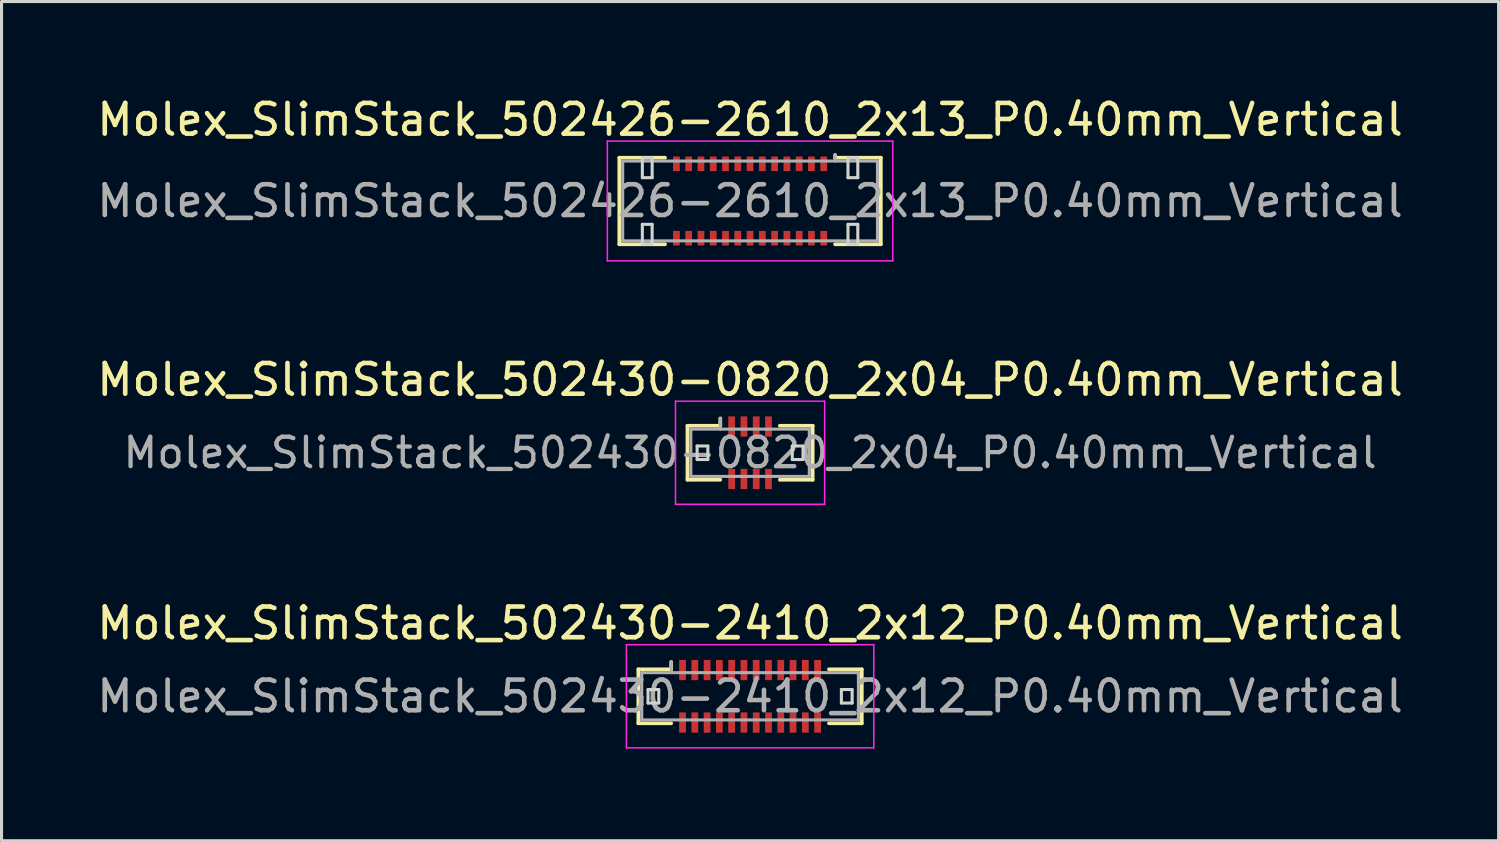
<source format=kicad_pcb>
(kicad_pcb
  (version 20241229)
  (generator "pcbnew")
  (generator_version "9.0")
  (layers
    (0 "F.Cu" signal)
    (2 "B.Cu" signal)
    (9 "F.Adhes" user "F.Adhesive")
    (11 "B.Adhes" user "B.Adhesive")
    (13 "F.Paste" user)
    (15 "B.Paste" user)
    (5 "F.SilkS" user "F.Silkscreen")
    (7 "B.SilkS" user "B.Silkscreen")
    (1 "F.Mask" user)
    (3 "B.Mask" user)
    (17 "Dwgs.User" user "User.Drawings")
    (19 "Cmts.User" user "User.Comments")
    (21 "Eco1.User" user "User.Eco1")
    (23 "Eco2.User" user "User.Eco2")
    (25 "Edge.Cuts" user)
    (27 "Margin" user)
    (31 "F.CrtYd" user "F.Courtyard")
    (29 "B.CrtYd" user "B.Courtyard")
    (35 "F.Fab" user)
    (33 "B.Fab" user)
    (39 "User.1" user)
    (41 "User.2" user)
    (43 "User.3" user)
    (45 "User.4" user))
  (footprint "Molex_SlimStack_502430-2410_2x12_P0.40mm_Vertical"
    (layer "F.Cu")
    (at 21.387 19.635)
    (property "Reference" "Molex_SlimStack_502430-2410_2x12_P0.40mm_Vertical" (at 0 -2.38 0) (layer "F.SilkS") (effects (font (size 1 1) (thickness 0.15))))
    (attr smd)
    (fp_line (start -3.64 -0.88) (end -2.57 -0.88) (stroke (width 0.12) (type solid)) (layer "F.SilkS"))
    (fp_line (start -3.64 0.88) (end -3.64 -0.88) (stroke (width 0.12) (type solid)) (layer "F.SilkS"))
    (fp_line (start -2.57 -0.88) (end -2.57 -1.12) (stroke (width 0.12) (type solid)) (layer "F.SilkS"))
    (fp_line (start -2.57 0.88) (end -3.64 0.88) (stroke (width 0.12) (type solid)) (layer "F.SilkS"))
    (fp_line (start 2.57 0.88) (end 3.64 0.88) (stroke (width 0.12) (type solid)) (layer "F.SilkS"))
    (fp_line (start 3.64 -0.88) (end 2.57 -0.88) (stroke (width 0.12) (type solid)) (layer "F.SilkS"))
    (fp_line (start 3.64 0.88) (end 3.64 -0.88) (stroke (width 0.12) (type solid)) (layer "F.SilkS"))
    (fp_line (start -3.325 -0.22) (end -3.325 0.22) (stroke (width 0.1) (type solid)) (layer "Edge.Cuts"))
    (fp_line (start -3.325 0.22) (end -2.975 0.22) (stroke (width 0.1) (type solid)) (layer "Edge.Cuts"))
    (fp_line (start -2.975 -0.22) (end -3.325 -0.22) (stroke (width 0.1) (type solid)) (layer "Edge.Cuts"))
    (fp_line (start -2.975 0.22) (end -2.975 -0.22) (stroke (width 0.1) (type solid)) (layer "Edge.Cuts"))
    (fp_line (start 2.975 -0.22) (end 2.975 0.22) (stroke (width 0.1) (type solid)) (layer "Edge.Cuts"))
    (fp_line (start 2.975 0.22) (end 3.325 0.22) (stroke (width 0.1) (type solid)) (layer "Edge.Cuts"))
    (fp_line (start 3.325 -0.22) (end 2.975 -0.22) (stroke (width 0.1) (type solid)) (layer "Edge.Cuts"))
    (fp_line (start 3.325 0.22) (end 3.325 -0.22) (stroke (width 0.1) (type solid)) (layer "Edge.Cuts"))
    (fp_line (start -4.03 -1.68) (end -4.03 1.68) (stroke (width 0.05) (type solid)) (layer "F.CrtYd"))
    (fp_line (start -4.03 1.68) (end 4.03 1.68) (stroke (width 0.05) (type solid)) (layer "F.CrtYd"))
    (fp_line (start 4.03 -1.68) (end -4.03 -1.68) (stroke (width 0.05) (type solid)) (layer "F.CrtYd"))
    (fp_line (start 4.03 1.68) (end 4.03 -1.68) (stroke (width 0.05) (type solid)) (layer "F.CrtYd"))
    (fp_line (start -3.53 -0.77) (end -3.53 0.77) (stroke (width 0.1) (type solid)) (layer "F.Fab"))
    (fp_line (start -3.53 0.77) (end 3.53 0.77) (stroke (width 0.1) (type solid)) (layer "F.Fab"))
    (fp_line (start -2.57 -0.77) (end -2.57 -1.12) (stroke (width 0.1) (type solid)) (layer "F.Fab"))
    (fp_line (start 3.53 -0.77) (end -3.53 -0.77) (stroke (width 0.1) (type solid)) (layer "F.Fab"))
    (fp_line (start 3.53 0.77) (end 3.53 -0.77) (stroke (width 0.1) (type solid)) (layer "F.Fab"))
    (fp_text user "${REFERENCE}" (at 0 0 0) (layer "F.Fab") (effects (font (size 1 1) (thickness 0.15))))
    (pad "1" smd rect (at -2.2 -0.855) (size 0.22 0.66) (layers "F.Cu" "F.Mask" "F.Paste"))
    (pad "2" smd rect (at -2.2 0.855) (size 0.22 0.66) (layers "F.Cu" "F.Mask" "F.Paste"))
    (pad "3" smd rect (at -1.8 -0.855) (size 0.22 0.66) (layers "F.Cu" "F.Mask" "F.Paste"))
    (pad "4" smd rect (at -1.8 0.855) (size 0.22 0.66) (layers "F.Cu" "F.Mask" "F.Paste"))
    (pad "5" smd rect (at -1.4 -0.855) (size 0.22 0.66) (layers "F.Cu" "F.Mask" "F.Paste"))
    (pad "6" smd rect (at -1.4 0.855) (size 0.22 0.66) (layers "F.Cu" "F.Mask" "F.Paste"))
    (pad "7" smd rect (at -1 -0.855) (size 0.22 0.66) (layers "F.Cu" "F.Mask" "F.Paste"))
    (pad "8" smd rect (at -1 0.855) (size 0.22 0.66) (layers "F.Cu" "F.Mask" "F.Paste"))
    (pad "9" smd rect (at -0.6 -0.855) (size 0.22 0.66) (layers "F.Cu" "F.Mask" "F.Paste"))
    (pad "10" smd rect (at -0.6 0.855) (size 0.22 0.66) (layers "F.Cu" "F.Mask" "F.Paste"))
    (pad "11" smd rect (at -0.2 -0.855) (size 0.22 0.66) (layers "F.Cu" "F.Mask" "F.Paste"))
    (pad "12" smd rect (at -0.2 0.855) (size 0.22 0.66) (layers "F.Cu" "F.Mask" "F.Paste"))
    (pad "13" smd rect (at 0.2 -0.855) (size 0.22 0.66) (layers "F.Cu" "F.Mask" "F.Paste"))
    (pad "14" smd rect (at 0.2 0.855) (size 0.22 0.66) (layers "F.Cu" "F.Mask" "F.Paste"))
    (pad "15" smd rect (at 0.6 -0.855) (size 0.22 0.66) (layers "F.Cu" "F.Mask" "F.Paste"))
    (pad "16" smd rect (at 0.6 0.855) (size 0.22 0.66) (layers "F.Cu" "F.Mask" "F.Paste"))
    (pad "17" smd rect (at 1 -0.855) (size 0.22 0.66) (layers "F.Cu" "F.Mask" "F.Paste"))
    (pad "18" smd rect (at 1 0.855) (size 0.22 0.66) (layers "F.Cu" "F.Mask" "F.Paste"))
    (pad "19" smd rect (at 1.4 -0.855) (size 0.22 0.66) (layers "F.Cu" "F.Mask" "F.Paste"))
    (pad "20" smd rect (at 1.4 0.855) (size 0.22 0.66) (layers "F.Cu" "F.Mask" "F.Paste"))
    (pad "21" smd rect (at 1.8 -0.855) (size 0.22 0.66) (layers "F.Cu" "F.Mask" "F.Paste"))
    (pad "22" smd rect (at 1.8 0.855) (size 0.22 0.66) (layers "F.Cu" "F.Mask" "F.Paste"))
    (pad "23" smd rect (at 2.2 -0.855) (size 0.22 0.66) (layers "F.Cu" "F.Mask" "F.Paste"))
    (pad "24" smd rect (at 2.2 0.855) (size 0.22 0.66) (layers "F.Cu" "F.Mask" "F.Paste")))
  (footprint "Molex_SlimStack_502430-0820_2x04_P0.40mm_Vertical"
    (layer "F.Cu")
    (at 21.387 11.701)
    (property "Reference" "Molex_SlimStack_502430-0820_2x04_P0.40mm_Vertical" (at 0 -2.38 0) (layer "F.SilkS") (effects (font (size 1 1) (thickness 0.15))))
    (attr smd)
    (fp_line (start -2.04 -0.88) (end -0.97 -0.88) (stroke (width 0.12) (type solid)) (layer "F.SilkS"))
    (fp_line (start -2.04 0.88) (end -2.04 -0.88) (stroke (width 0.12) (type solid)) (layer "F.SilkS"))
    (fp_line (start -0.97 -0.88) (end -0.97 -1.12) (stroke (width 0.12) (type solid)) (layer "F.SilkS"))
    (fp_line (start -0.97 0.88) (end -2.04 0.88) (stroke (width 0.12) (type solid)) (layer "F.SilkS"))
    (fp_line (start 0.97 0.88) (end 2.04 0.88) (stroke (width 0.12) (type solid)) (layer "F.SilkS"))
    (fp_line (start 2.04 -0.88) (end 0.97 -0.88) (stroke (width 0.12) (type solid)) (layer "F.SilkS"))
    (fp_line (start 2.04 0.88) (end 2.04 -0.88) (stroke (width 0.12) (type solid)) (layer "F.SilkS"))
    (fp_line (start -1.725 -0.22) (end -1.725 0.22) (stroke (width 0.1) (type solid)) (layer "Edge.Cuts"))
    (fp_line (start -1.725 0.22) (end -1.375 0.22) (stroke (width 0.1) (type solid)) (layer "Edge.Cuts"))
    (fp_line (start -1.375 -0.22) (end -1.725 -0.22) (stroke (width 0.1) (type solid)) (layer "Edge.Cuts"))
    (fp_line (start -1.375 0.22) (end -1.375 -0.22) (stroke (width 0.1) (type solid)) (layer "Edge.Cuts"))
    (fp_line (start 1.375 -0.22) (end 1.375 0.22) (stroke (width 0.1) (type solid)) (layer "Edge.Cuts"))
    (fp_line (start 1.375 0.22) (end 1.725 0.22) (stroke (width 0.1) (type solid)) (layer "Edge.Cuts"))
    (fp_line (start 1.725 -0.22) (end 1.375 -0.22) (stroke (width 0.1) (type solid)) (layer "Edge.Cuts"))
    (fp_line (start 1.725 0.22) (end 1.725 -0.22) (stroke (width 0.1) (type solid)) (layer "Edge.Cuts"))
    (fp_line (start -2.43 -1.68) (end -2.43 1.68) (stroke (width 0.05) (type solid)) (layer "F.CrtYd"))
    (fp_line (start -2.43 1.68) (end 2.43 1.68) (stroke (width 0.05) (type solid)) (layer "F.CrtYd"))
    (fp_line (start 2.43 -1.68) (end -2.43 -1.68) (stroke (width 0.05) (type solid)) (layer "F.CrtYd"))
    (fp_line (start 2.43 1.68) (end 2.43 -1.68) (stroke (width 0.05) (type solid)) (layer "F.CrtYd"))
    (fp_line (start -1.93 -0.77) (end -1.93 0.77) (stroke (width 0.1) (type solid)) (layer "F.Fab"))
    (fp_line (start -1.93 0.77) (end 1.93 0.77) (stroke (width 0.1) (type solid)) (layer "F.Fab"))
    (fp_line (start -0.97 -0.77) (end -0.97 -1.12) (stroke (width 0.1) (type solid)) (layer "F.Fab"))
    (fp_line (start 1.93 -0.77) (end -1.93 -0.77) (stroke (width 0.1) (type solid)) (layer "F.Fab"))
    (fp_line (start 1.93 0.77) (end 1.93 -0.77) (stroke (width 0.1) (type solid)) (layer "F.Fab"))
    (fp_text user "${REFERENCE}" (at 0 0 0) (layer "F.Fab") (effects (font (size 0.96 0.96) (thickness 0.14))))
    (pad "1" smd rect (at -0.6 -0.855) (size 0.22 0.66) (layers "F.Cu" "F.Mask" "F.Paste"))
    (pad "2" smd rect (at -0.6 0.855) (size 0.22 0.66) (layers "F.Cu" "F.Mask" "F.Paste"))
    (pad "3" smd rect (at -0.2 -0.855) (size 0.22 0.66) (layers "F.Cu" "F.Mask" "F.Paste"))
    (pad "4" smd rect (at -0.2 0.855) (size 0.22 0.66) (layers "F.Cu" "F.Mask" "F.Paste"))
    (pad "5" smd rect (at 0.2 -0.855) (size 0.22 0.66) (layers "F.Cu" "F.Mask" "F.Paste"))
    (pad "6" smd rect (at 0.2 0.855) (size 0.22 0.66) (layers "F.Cu" "F.Mask" "F.Paste"))
    (pad "7" smd rect (at 0.6 -0.855) (size 0.22 0.66) (layers "F.Cu" "F.Mask" "F.Paste"))
    (pad "8" smd rect (at 0.6 0.855) (size 0.22 0.66) (layers "F.Cu" "F.Mask" "F.Paste")))
  (footprint "Molex_SlimStack_502426-2610_2x13_P0.40mm_Vertical"
    (layer "F.Cu")
    (at 21.387 3.498)
    (property "Reference" "Molex_SlimStack_502426-2610_2x13_P0.40mm_Vertical" (at 0 -2.65 0) (layer "F.SilkS") (effects (font (size 1 1) (thickness 0.15))))
    (attr smd)
    (fp_line (start -4.26 -1.41) (end -2.77 -1.41) (stroke (width 0.12) (type solid)) (layer "F.SilkS"))
    (fp_line (start -4.26 1.41) (end -4.26 -1.41) (stroke (width 0.12) (type solid)) (layer "F.SilkS"))
    (fp_line (start -2.77 1.41) (end -4.26 1.41) (stroke (width 0.12) (type solid)) (layer "F.SilkS"))
    (fp_line (start 2.77 -1.41) (end 2.77 -1.5) (stroke (width 0.12) (type solid)) (layer "F.SilkS"))
    (fp_line (start 2.77 1.41) (end 4.26 1.41) (stroke (width 0.12) (type solid)) (layer "F.SilkS"))
    (fp_line (start 4.26 -1.41) (end 2.77 -1.41) (stroke (width 0.12) (type solid)) (layer "F.SilkS"))
    (fp_line (start 4.26 1.41) (end 4.26 -1.41) (stroke (width 0.12) (type solid)) (layer "F.SilkS"))
    (fp_line (start -3.51 -1.41) (end -3.51 -0.76) (stroke (width 0.1) (type solid)) (layer "Edge.Cuts"))
    (fp_line (start -3.51 -0.76) (end -3.19 -0.76) (stroke (width 0.1) (type solid)) (layer "Edge.Cuts"))
    (fp_line (start -3.51 0.76) (end -3.51 1.41) (stroke (width 0.1) (type solid)) (layer "Edge.Cuts"))
    (fp_line (start -3.51 1.41) (end -3.19 1.41) (stroke (width 0.1) (type solid)) (layer "Edge.Cuts"))
    (fp_line (start -3.19 -1.41) (end -3.51 -1.41) (stroke (width 0.1) (type solid)) (layer "Edge.Cuts"))
    (fp_line (start -3.19 -0.76) (end -3.19 -1.41) (stroke (width 0.1) (type solid)) (layer "Edge.Cuts"))
    (fp_line (start -3.19 0.76) (end -3.51 0.76) (stroke (width 0.1) (type solid)) (layer "Edge.Cuts"))
    (fp_line (start -3.19 1.41) (end -3.19 0.76) (stroke (width 0.1) (type solid)) (layer "Edge.Cuts"))
    (fp_line (start 3.19 -1.41) (end 3.19 -0.76) (stroke (width 0.1) (type solid)) (layer "Edge.Cuts"))
    (fp_line (start 3.19 -0.76) (end 3.51 -0.76) (stroke (width 0.1) (type solid)) (layer "Edge.Cuts"))
    (fp_line (start 3.19 0.76) (end 3.19 1.41) (stroke (width 0.1) (type solid)) (layer "Edge.Cuts"))
    (fp_line (start 3.19 1.41) (end 3.51 1.41) (stroke (width 0.1) (type solid)) (layer "Edge.Cuts"))
    (fp_line (start 3.51 -1.41) (end 3.19 -1.41) (stroke (width 0.1) (type solid)) (layer "Edge.Cuts"))
    (fp_line (start 3.51 -0.76) (end 3.51 -1.41) (stroke (width 0.1) (type solid)) (layer "Edge.Cuts"))
    (fp_line (start 3.51 0.76) (end 3.19 0.76) (stroke (width 0.1) (type solid)) (layer "Edge.Cuts"))
    (fp_line (start 3.51 1.41) (end 3.51 0.76) (stroke (width 0.1) (type solid)) (layer "Edge.Cuts"))
    (fp_line (start -4.65 -1.95) (end -4.65 1.95) (stroke (width 0.05) (type solid)) (layer "F.CrtYd"))
    (fp_line (start -4.65 1.95) (end 4.65 1.95) (stroke (width 0.05) (type solid)) (layer "F.CrtYd"))
    (fp_line (start 4.65 -1.95) (end -4.65 -1.95) (stroke (width 0.05) (type solid)) (layer "F.CrtYd"))
    (fp_line (start 4.65 1.95) (end 4.65 -1.95) (stroke (width 0.05) (type solid)) (layer "F.CrtYd"))
    (fp_line (start -4.15 -1.3) (end -4.15 1.3) (stroke (width 0.1) (type solid)) (layer "F.Fab"))
    (fp_line (start -4.15 1.3) (end 4.15 1.3) (stroke (width 0.1) (type solid)) (layer "F.Fab"))
    (fp_line (start 2.77 -1.3) (end 2.77 -1.5) (stroke (width 0.1) (type solid)) (layer "F.Fab"))
    (fp_line (start 4.15 -1.3) (end -4.15 -1.3) (stroke (width 0.1) (type solid)) (layer "F.Fab"))
    (fp_line (start 4.15 1.3) (end 4.15 -1.3) (stroke (width 0.1) (type solid)) (layer "F.Fab"))
    (fp_text user "${REFERENCE}" (at 0 0 0) (layer "F.Fab") (effects (font (size 1 1) (thickness 0.15))))
    (pad "1" smd rect (at 2.4 -1.212) (size 0.22 0.475) (layers "F.Cu" "F.Mask" "F.Paste"))
    (pad "2" smd rect (at 2.4 1.212) (size 0.22 0.475) (layers "F.Cu" "F.Mask" "F.Paste"))
    (pad "3" smd rect (at 2 -1.212) (size 0.22 0.475) (layers "F.Cu" "F.Mask" "F.Paste"))
    (pad "4" smd rect (at 2 1.212) (size 0.22 0.475) (layers "F.Cu" "F.Mask" "F.Paste"))
    (pad "5" smd rect (at 1.6 -1.212) (size 0.22 0.475) (layers "F.Cu" "F.Mask" "F.Paste"))
    (pad "6" smd rect (at 1.6 1.212) (size 0.22 0.475) (layers "F.Cu" "F.Mask" "F.Paste"))
    (pad "7" smd rect (at 1.2 -1.212) (size 0.22 0.475) (layers "F.Cu" "F.Mask" "F.Paste"))
    (pad "8" smd rect (at 1.2 1.212) (size 0.22 0.475) (layers "F.Cu" "F.Mask" "F.Paste"))
    (pad "9" smd rect (at 0.8 -1.212) (size 0.22 0.475) (layers "F.Cu" "F.Mask" "F.Paste"))
    (pad "10" smd rect (at 0.8 1.212) (size 0.22 0.475) (layers "F.Cu" "F.Mask" "F.Paste"))
    (pad "11" smd rect (at 0.4 -1.212) (size 0.22 0.475) (layers "F.Cu" "F.Mask" "F.Paste"))
    (pad "12" smd rect (at 0.4 1.212) (size 0.22 0.475) (layers "F.Cu" "F.Mask" "F.Paste"))
    (pad "13" smd rect (at 0 -1.212) (size 0.22 0.475) (layers "F.Cu" "F.Mask" "F.Paste"))
    (pad "14" smd rect (at 0 1.212) (size 0.22 0.475) (layers "F.Cu" "F.Mask" "F.Paste"))
    (pad "15" smd rect (at -0.4 -1.212) (size 0.22 0.475) (layers "F.Cu" "F.Mask" "F.Paste"))
    (pad "16" smd rect (at -0.4 1.212) (size 0.22 0.475) (layers "F.Cu" "F.Mask" "F.Paste"))
    (pad "17" smd rect (at -0.8 -1.212) (size 0.22 0.475) (layers "F.Cu" "F.Mask" "F.Paste"))
    (pad "18" smd rect (at -0.8 1.212) (size 0.22 0.475) (layers "F.Cu" "F.Mask" "F.Paste"))
    (pad "19" smd rect (at -1.2 -1.212) (size 0.22 0.475) (layers "F.Cu" "F.Mask" "F.Paste"))
    (pad "20" smd rect (at -1.2 1.212) (size 0.22 0.475) (layers "F.Cu" "F.Mask" "F.Paste"))
    (pad "21" smd rect (at -1.6 -1.212) (size 0.22 0.475) (layers "F.Cu" "F.Mask" "F.Paste"))
    (pad "22" smd rect (at -1.6 1.212) (size 0.22 0.475) (layers "F.Cu" "F.Mask" "F.Paste"))
    (pad "23" smd rect (at -2 -1.212) (size 0.22 0.475) (layers "F.Cu" "F.Mask" "F.Paste"))
    (pad "24" smd rect (at -2 1.212) (size 0.22 0.475) (layers "F.Cu" "F.Mask" "F.Paste"))
    (pad "25" smd rect (at -2.4 -1.212) (size 0.22 0.475) (layers "F.Cu" "F.Mask" "F.Paste"))
    (pad "26" smd rect (at -2.4 1.212) (size 0.22 0.475) (layers "F.Cu" "F.Mask" "F.Paste")))
  (gr_rect
    (start -3 -3)
    (end 45.774 24.34)
    (stroke (width 0.1) (type default))
    (fill no)
    (layer "Edge.Cuts")))
</source>
